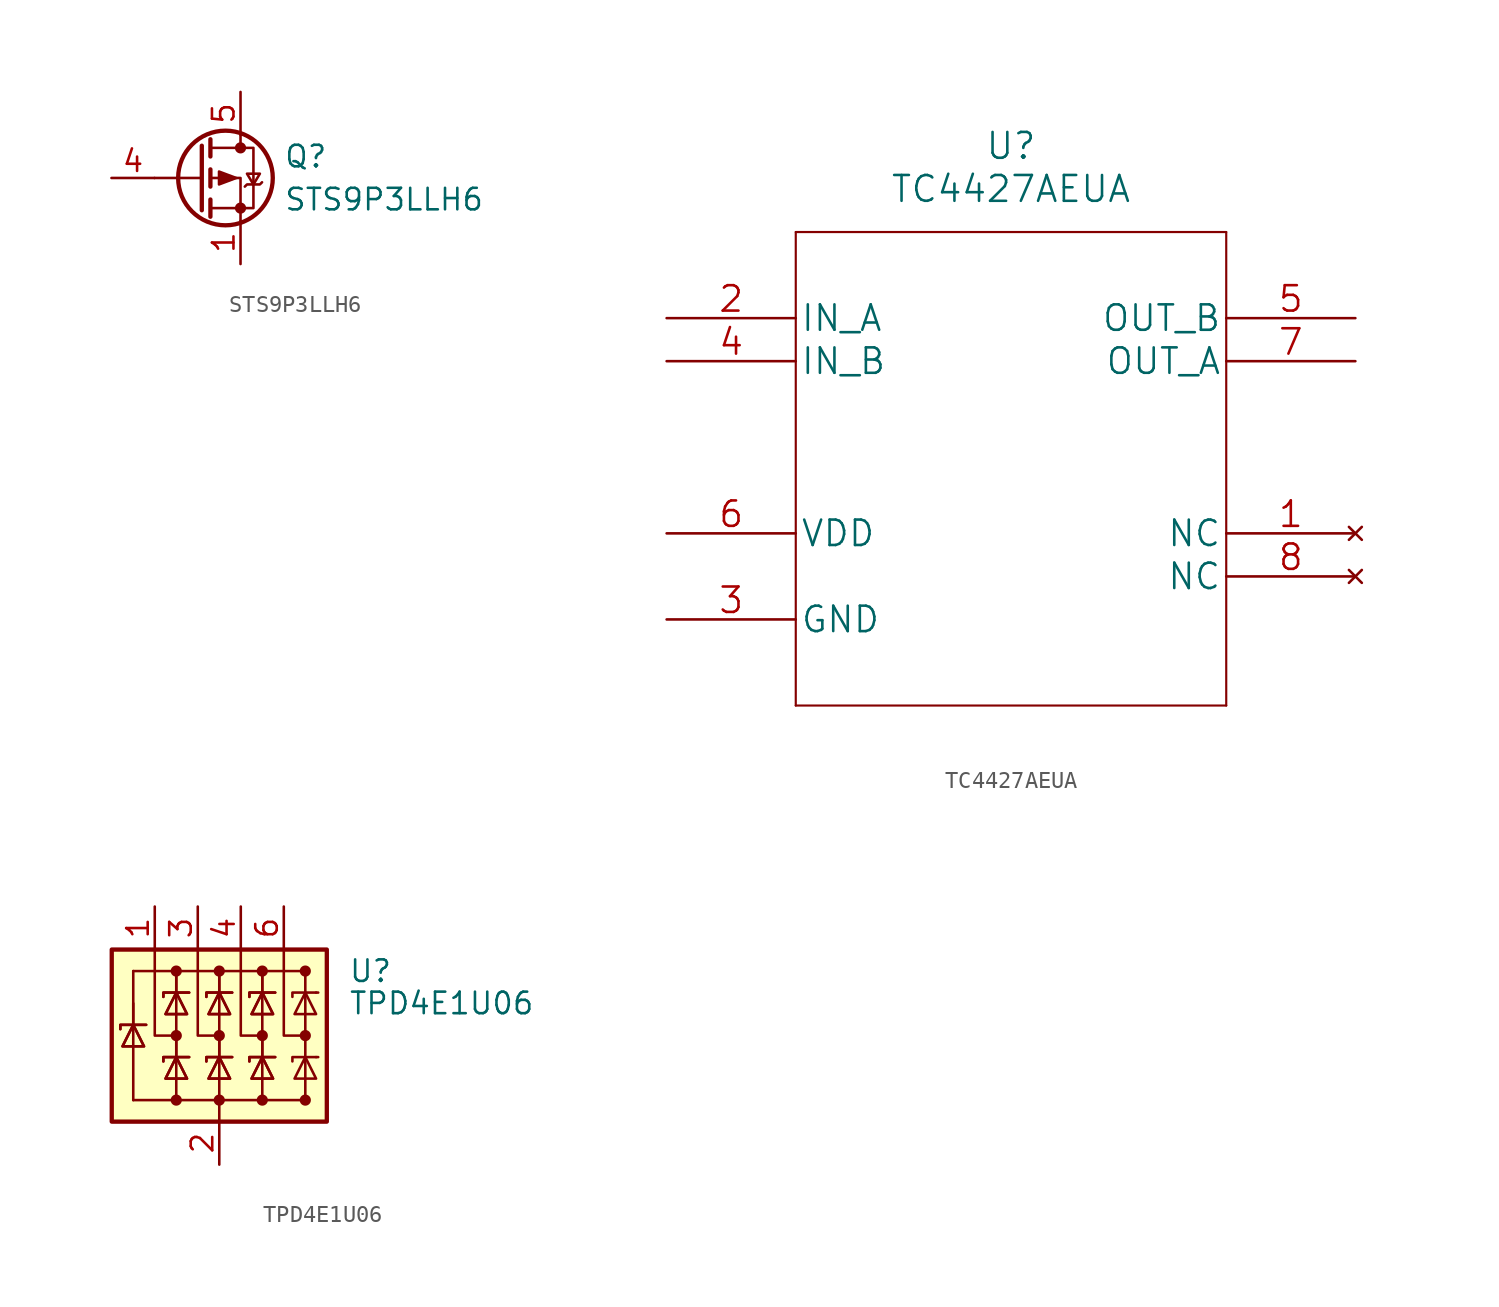
<source format=kicad_sym>
(kicad_symbol_lib
  (version 20211014)
  (generator kicad_symbol_editor)
  (symbol "STS9P3LLH6"
    (pin_names
      (offset 0) hide)
    (property "Reference" "Q"
      (at 5.08 1.27 0)
      (effects (font (size 1.27 1.27)) (justify left)))
    (property "Value" "STS9P3LLH6"
      (at 5.08 -1.27 0)
      (effects (font (size 1.27 1.27)) (justify left)))
    (symbol "STS9P3LLH6_0_1"
      (polyline (pts (xy 0.254 0) (xy -2.54 0)) (stroke (width 0) (type default) (color 0 0 0 0)) (fill (type none)))
      (polyline (pts (xy 0.254 1.905) (xy 0.254 -1.905)) (stroke (width 0.254) (type default) (color 0 0 0 0)) (fill (type none)))
      (polyline (pts (xy 0.762 -1.27) (xy 0.762 -2.286)) (stroke (width 0.254) (type default) (color 0 0 0 0)) (fill (type none)))
      (polyline (pts (xy 0.762 0.508) (xy 0.762 -0.508)) (stroke (width 0.254) (type default) (color 0 0 0 0)) (fill (type none)))
      (polyline (pts (xy 0.762 2.286) (xy 0.762 1.27)) (stroke (width 0.254) (type default) (color 0 0 0 0)) (fill (type none)))
      (polyline (pts (xy 2.54 2.54) (xy 2.54 1.778)) (stroke (width 0) (type default) (color 0 0 0 0)) (fill (type none)))
      (polyline (pts (xy 2.54 -2.54) (xy 2.54 0) (xy 0.762 0)) (stroke (width 0) (type default) (color 0 0 0 0)) (fill (type none)))
      (polyline (pts (xy 0.762 1.778) (xy 3.302 1.778) (xy 3.302 -1.778) (xy 0.762 -1.778)) (stroke (width 0) (type default) (color 0 0 0 0)) (fill (type none)))
      (polyline (pts (xy 2.286 0) (xy 1.27 0.381) (xy 1.27 -0.381) (xy 2.286 0)) (stroke (width 0) (type default) (color 0 0 0 0)) (fill (type outline)))
      (polyline (pts (xy 2.794 -0.508) (xy 2.921 -0.381) (xy 3.683 -0.381) (xy 3.81 -0.254)) (stroke (width 0) (type default) (color 0 0 0 0)) (fill (type none)))
      (polyline (pts (xy 3.302 -0.381) (xy 2.921 0.254) (xy 3.683 0.254) (xy 3.302 -0.381)) (stroke (width 0) (type default) (color 0 0 0 0)) (fill (type none)))
      (circle (center 1.651 0) (radius 2.794) (stroke (width 0.254)) (stroke (width 0.254) (type default) (color 0 0 0 0)) (fill (type none)))
      (circle (center 2.54 -1.778) (radius 0.254) (stroke (width 0)) (stroke (width 0) (type default) (color 0 0 0 0)) (fill (type outline)))
      (circle (center 2.54 1.778) (radius 0.254) (stroke (width 0)) (stroke (width 0) (type default) (color 0 0 0 0)) (fill (type outline))))
    (symbol "STS9P3LLH6_1_1"
      (pin passive line (at 2.54 -5.08 90) (length 2.54) (name "S" (effects (font (size 1.27 1.27)))) (number "1" (effects (font (size 1.27 1.27)))))
      (pin passive line (at 2.54 -5.08 90) (length 2.54) hide (name "S" (effects (font (size 1.27 1.27)))) (number "2" (effects (font (size 1.27 1.27)))))
      (pin passive line (at 2.54 -5.08 90) (length 2.54) hide (name "S" (effects (font (size 1.27 1.27)))) (number "3" (effects (font (size 1.27 1.27)))))
      (pin input line (at -5.08 0 0) (length 2.54) (name "G" (effects (font (size 1.27 1.27)))) (number "4" (effects (font (size 1.27 1.27)))))
      (pin passive line (at 2.54 5.08 270) (length 2.54) (name "D" (effects (font (size 1.27 1.27)))) (number "5" (effects (font (size 1.27 1.27)))))
      (pin passive line (at 2.54 5.08 270) (length 2.54) hide (name "D" (effects (font (size 1.27 1.27)))) (number "6" (effects (font (size 1.27 1.27)))))
      (pin passive line (at 2.54 5.08 270) (length 2.54) hide (name "D" (effects (font (size 1.27 1.27)))) (number "7" (effects (font (size 1.27 1.27)))))
      (pin passive line (at 2.54 5.08 270) (length 2.54) hide (name "D" (effects (font (size 1.27 1.27)))) (number "8" (effects (font (size 1.27 1.27)))))))
  (symbol "TC4427AEUA"
    (pin_names
      (offset 0.254))
    (property "Reference" "U"
      (at 20.32 10.16 0)
      (effects (font (size 1.524 1.524))))
    (property "Value" "TC4427AEUA"
      (at 20.32 7.62 0)
      (effects (font (size 1.524 1.524))))
    (symbol "TC4427AEUA_1_1"
      (polyline (pts (xy 7.62 -22.86) (xy 33.02 -22.86)) (stroke (width 0.127) (type default) (color 0 0 0 0)) (fill (type none)))
      (polyline (pts (xy 7.62 5.08) (xy 7.62 -22.86)) (stroke (width 0.127) (type default) (color 0 0 0 0)) (fill (type none)))
      (polyline (pts (xy 33.02 -22.86) (xy 33.02 5.08)) (stroke (width 0.127) (type default) (color 0 0 0 0)) (fill (type none)))
      (polyline (pts (xy 33.02 5.08) (xy 7.62 5.08)) (stroke (width 0.127) (type default) (color 0 0 0 0)) (fill (type none)))
      (pin no_connect line (at 40.64 -12.7 180) (length 7.62) (name "NC" (effects (font (size 1.499 1.499)))) (number "1" (effects (font (size 1.499 1.499)))))
      (pin input line (at 0 0 0) (length 7.62) (name "IN_A" (effects (font (size 1.499 1.499)))) (number "2" (effects (font (size 1.499 1.499)))))
      (pin power_in line (at 0 -17.78 0) (length 7.62) (name "GND" (effects (font (size 1.499 1.499)))) (number "3" (effects (font (size 1.499 1.499)))))
      (pin input line (at 0 -2.54 0) (length 7.62) (name "IN_B" (effects (font (size 1.499 1.499)))) (number "4" (effects (font (size 1.499 1.499)))))
      (pin output line (at 40.64 0 180) (length 7.62) (name "OUT_B" (effects (font (size 1.499 1.499)))) (number "5" (effects (font (size 1.499 1.499)))))
      (pin power_in line (at 0 -12.7 0) (length 7.62) (name "VDD" (effects (font (size 1.499 1.499)))) (number "6" (effects (font (size 1.499 1.499)))))
      (pin output line (at 40.64 -2.54 180) (length 7.62) (name "OUT_A" (effects (font (size 1.499 1.499)))) (number "7" (effects (font (size 1.499 1.499)))))
      (pin no_connect line (at 40.64 -15.24 180) (length 7.62) (name "NC" (effects (font (size 1.499 1.499)))) (number "8" (effects (font (size 1.499 1.499)))))))
  (symbol "TPD4E1U06"
    (pin_names hide)
    (property "Reference" "U"
      (at 7.62 3.81 0)
      (effects (font (size 1.27 1.27)) (justify left)))
    (property "Value" "TPD4E1U06"
      (at 7.62 1.905 0)
      (effects (font (size 1.27 1.27)) (justify left)))
    (symbol "TPD4E1U06_0_1"
      (rectangle (start -6.35 5.08) (end 6.35 -5.08) (stroke (width 0.254) (type default) (color 0 0 0 0)) (fill (type background)))
      (polyline (pts (xy 0 -3.81) (xy 0 -5.08)) (stroke (width 0) (type default) (color 0 0 0 0)) (fill (type none)))
      (polyline (pts (xy 2.54 -3.81) (xy 2.54 -1.27)) (stroke (width 0) (type default) (color 0 0 0 0)) (fill (type none)))
      (polyline (pts (xy 2.54 -3.81) (xy 5.08 -3.81)) (stroke (width 0) (type default) (color 0 0 0 0)) (fill (type none)))
      (polyline (pts (xy 5.08 3.81) (xy -5.08 3.81)) (stroke (width 0) (type default) (color 0 0 0 0)) (fill (type none))))
    (symbol "TPD4E1U06_1_1"
      (circle (center -2.54 -3.81) (radius 0.254) (stroke (width 0)) (stroke (width 0) (type default) (color 0 0 0 0)) (fill (type outline)))
      (circle (center -2.54 0) (radius 0.254) (stroke (width 0)) (stroke (width 0) (type default) (color 0 0 0 0)) (fill (type outline)))
      (circle (center -2.54 3.81) (radius 0.254) (stroke (width 0)) (stroke (width 0) (type default) (color 0 0 0 0)) (fill (type outline)))
      (circle (center 0 -3.81) (radius 0.254) (stroke (width 0)) (stroke (width 0) (type default) (color 0 0 0 0)) (fill (type outline)))
      (polyline (pts (xy -5.08 0.635) (xy -5.08 -3.81)) (stroke (width 0) (type default) (color 0 0 0 0)) (fill (type none)))
      (polyline (pts (xy -5.08 1.905) (xy -5.08 0.635)) (stroke (width 0) (type default) (color 0 0 0 0)) (fill (type none)))
      (polyline (pts (xy -5.08 3.81) (xy -5.08 0.635)) (stroke (width 0) (type default) (color 0 0 0 0)) (fill (type none)))
      (polyline (pts (xy -2.54 -3.81) (xy -5.08 -3.81)) (stroke (width 0) (type default) (color 0 0 0 0)) (fill (type none)))
      (polyline (pts (xy -2.54 0) (xy -2.54 -1.27)) (stroke (width 0) (type default) (color 0 0 0 0)) (fill (type none)))
      (polyline (pts (xy -2.54 2.54) (xy -2.54 -1.27)) (stroke (width 0) (type default) (color 0 0 0 0)) (fill (type none)))
      (polyline (pts (xy -2.54 3.81) (xy -2.54 2.54)) (stroke (width 0) (type default) (color 0 0 0 0)) (fill (type none)))
      (polyline (pts (xy -2.54 3.81) (xy -2.54 2.54)) (stroke (width 0) (type default) (color 0 0 0 0)) (fill (type none)))
      (polyline (pts (xy 0 0) (xy 0 -1.27)) (stroke (width 0) (type default) (color 0 0 0 0)) (fill (type none)))
      (polyline (pts (xy 0 2.54) (xy 0 -1.27)) (stroke (width 0) (type default) (color 0 0 0 0)) (fill (type none)))
      (polyline (pts (xy 0 3.81) (xy 0 2.54)) (stroke (width 0) (type default) (color 0 0 0 0)) (fill (type none)))
      (polyline (pts (xy 0 3.81) (xy 0 2.54)) (stroke (width 0) (type default) (color 0 0 0 0)) (fill (type none)))
      (polyline (pts (xy 2.54 0) (xy 2.54 -1.27)) (stroke (width 0) (type default) (color 0 0 0 0)) (fill (type none)))
      (polyline (pts (xy 2.54 2.54) (xy 2.54 -1.27)) (stroke (width 0) (type default) (color 0 0 0 0)) (fill (type none)))
      (polyline (pts (xy 2.54 3.81) (xy 2.54 2.54)) (stroke (width 0) (type default) (color 0 0 0 0)) (fill (type none)))
      (polyline (pts (xy 2.54 3.81) (xy 2.54 2.54)) (stroke (width 0) (type default) (color 0 0 0 0)) (fill (type none)))
      (polyline (pts (xy 5.08 -3.81) (xy 5.08 2.54)) (stroke (width 0) (type default) (color 0 0 0 0)) (fill (type none)))
      (polyline (pts (xy 5.08 3.81) (xy 5.08 2.54)) (stroke (width 0) (type default) (color 0 0 0 0)) (fill (type none)))
      (polyline (pts (xy 5.715 -1.27) (xy 5.842 -1.27)) (stroke (width 0) (type default) (color 0 0 0 0)) (fill (type none)))
      (polyline (pts (xy 5.715 2.54) (xy 5.842 2.54)) (stroke (width 0) (type default) (color 0 0 0 0)) (fill (type none)))
      (polyline (pts (xy -3.81 5.08) (xy -3.81 0) (xy -2.54 0)) (stroke (width 0) (type default) (color 0 0 0 0)) (fill (type none)))
      (polyline (pts (xy -2.54 -1.27) (xy -2.54 -3.81) (xy 0 -3.81)) (stroke (width 0) (type default) (color 0 0 0 0)) (fill (type none)))
      (polyline (pts (xy -1.27 5.08) (xy -1.27 0) (xy 0 0)) (stroke (width 0) (type default) (color 0 0 0 0)) (fill (type none)))
      (polyline (pts (xy 0 -1.27) (xy 0 -3.81) (xy 2.54 -3.81)) (stroke (width 0) (type default) (color 0 0 0 0)) (fill (type none)))
      (polyline (pts (xy 1.27 5.08) (xy 1.27 0) (xy 2.54 0)) (stroke (width 0) (type default) (color 0 0 0 0)) (fill (type none)))
      (polyline (pts (xy 3.81 5.08) (xy 3.81 0) (xy 5.08 0)) (stroke (width 0) (type default) (color 0 0 0 0)) (fill (type none)))
      (polyline (pts (xy 5.715 -1.27) (xy 4.318 -1.27) (xy 4.318 -1.524)) (stroke (width 0) (type default) (color 0 0 0 0)) (fill (type none)))
      (polyline (pts (xy 5.715 2.54) (xy 4.318 2.54) (xy 4.318 2.286)) (stroke (width 0) (type default) (color 0 0 0 0)) (fill (type none)))
      (polyline (pts (xy -5.842 0.381) (xy -5.842 0.635) (xy -4.445 0.635) (xy -4.318 0.635)) (stroke (width 0) (type default) (color 0 0 0 0)) (fill (type none)))
      (polyline (pts (xy -5.842 0.381) (xy -5.842 0.635) (xy -4.445 0.635) (xy -4.318 0.635)) (stroke (width 0) (type default) (color 0 0 0 0)) (fill (type none)))
      (polyline (pts (xy -5.08 0.635) (xy -4.445 -0.635) (xy -5.715 -0.635) (xy -5.08 0.635)) (stroke (width 0) (type default) (color 0 0 0 0)) (fill (type none)))
      (polyline (pts (xy -5.08 0.635) (xy -4.445 -0.635) (xy -5.715 -0.635) (xy -5.08 0.635)) (stroke (width 0) (type default) (color 0 0 0 0)) (fill (type none)))
      (polyline (pts (xy -3.302 -1.524) (xy -3.302 -1.27) (xy -1.905 -1.27) (xy -1.778 -1.27)) (stroke (width 0) (type default) (color 0 0 0 0)) (fill (type none)))
      (polyline (pts (xy -3.302 -1.524) (xy -3.302 -1.27) (xy -1.905 -1.27) (xy -1.778 -1.27)) (stroke (width 0) (type default) (color 0 0 0 0)) (fill (type none)))
      (polyline (pts (xy -3.302 2.286) (xy -3.302 2.54) (xy -1.905 2.54) (xy -1.778 2.54)) (stroke (width 0) (type default) (color 0 0 0 0)) (fill (type none)))
      (polyline (pts (xy -3.302 2.286) (xy -3.302 2.54) (xy -1.905 2.54) (xy -1.778 2.54)) (stroke (width 0) (type default) (color 0 0 0 0)) (fill (type none)))
      (polyline (pts (xy -2.54 -1.27) (xy -1.905 -2.54) (xy -3.175 -2.54) (xy -2.54 -1.27)) (stroke (width 0) (type default) (color 0 0 0 0)) (fill (type none)))
      (polyline (pts (xy -2.54 -1.27) (xy -1.905 -2.54) (xy -3.175 -2.54) (xy -2.54 -1.27)) (stroke (width 0) (type default) (color 0 0 0 0)) (fill (type none)))
      (polyline (pts (xy -2.54 2.54) (xy -1.905 1.27) (xy -3.175 1.27) (xy -2.54 2.54)) (stroke (width 0) (type default) (color 0 0 0 0)) (fill (type none)))
      (polyline (pts (xy -2.54 2.54) (xy -1.905 1.27) (xy -3.175 1.27) (xy -2.54 2.54)) (stroke (width 0) (type default) (color 0 0 0 0)) (fill (type none)))
      (polyline (pts (xy -0.762 -1.524) (xy -0.762 -1.27) (xy 0.635 -1.27) (xy 0.762 -1.27)) (stroke (width 0) (type default) (color 0 0 0 0)) (fill (type none)))
      (polyline (pts (xy -0.762 -1.524) (xy -0.762 -1.27) (xy 0.635 -1.27) (xy 0.762 -1.27)) (stroke (width 0) (type default) (color 0 0 0 0)) (fill (type none)))
      (polyline (pts (xy -0.762 2.286) (xy -0.762 2.54) (xy 0.635 2.54) (xy 0.762 2.54)) (stroke (width 0) (type default) (color 0 0 0 0)) (fill (type none)))
      (polyline (pts (xy -0.762 2.286) (xy -0.762 2.54) (xy 0.635 2.54) (xy 0.762 2.54)) (stroke (width 0) (type default) (color 0 0 0 0)) (fill (type none)))
      (polyline (pts (xy 0 -1.27) (xy 0.635 -2.54) (xy -0.635 -2.54) (xy 0 -1.27)) (stroke (width 0) (type default) (color 0 0 0 0)) (fill (type none)))
      (polyline (pts (xy 0 -1.27) (xy 0.635 -2.54) (xy -0.635 -2.54) (xy 0 -1.27)) (stroke (width 0) (type default) (color 0 0 0 0)) (fill (type none)))
      (polyline (pts (xy 0 2.54) (xy 0.635 1.27) (xy -0.635 1.27) (xy 0 2.54)) (stroke (width 0) (type default) (color 0 0 0 0)) (fill (type none)))
      (polyline (pts (xy 0 2.54) (xy 0.635 1.27) (xy -0.635 1.27) (xy 0 2.54)) (stroke (width 0) (type default) (color 0 0 0 0)) (fill (type none)))
      (polyline (pts (xy 1.778 -1.524) (xy 1.778 -1.27) (xy 3.175 -1.27) (xy 3.302 -1.27)) (stroke (width 0) (type default) (color 0 0 0 0)) (fill (type none)))
      (polyline (pts (xy 1.778 -1.524) (xy 1.778 -1.27) (xy 3.175 -1.27) (xy 3.302 -1.27)) (stroke (width 0) (type default) (color 0 0 0 0)) (fill (type none)))
      (polyline (pts (xy 1.778 2.286) (xy 1.778 2.54) (xy 3.175 2.54) (xy 3.302 2.54)) (stroke (width 0) (type default) (color 0 0 0 0)) (fill (type none)))
      (polyline (pts (xy 1.778 2.286) (xy 1.778 2.54) (xy 3.175 2.54) (xy 3.302 2.54)) (stroke (width 0) (type default) (color 0 0 0 0)) (fill (type none)))
      (polyline (pts (xy 2.54 -1.27) (xy 3.175 -2.54) (xy 1.905 -2.54) (xy 2.54 -1.27)) (stroke (width 0) (type default) (color 0 0 0 0)) (fill (type none)))
      (polyline (pts (xy 2.54 -1.27) (xy 3.175 -2.54) (xy 1.905 -2.54) (xy 2.54 -1.27)) (stroke (width 0) (type default) (color 0 0 0 0)) (fill (type none)))
      (polyline (pts (xy 2.54 2.54) (xy 3.175 1.27) (xy 1.905 1.27) (xy 2.54 2.54)) (stroke (width 0) (type default) (color 0 0 0 0)) (fill (type none)))
      (polyline (pts (xy 2.54 2.54) (xy 3.175 1.27) (xy 1.905 1.27) (xy 2.54 2.54)) (stroke (width 0) (type default) (color 0 0 0 0)) (fill (type none)))
      (polyline (pts (xy 5.715 -2.54) (xy 4.445 -2.54) (xy 5.08 -1.27) (xy 5.715 -2.54)) (stroke (width 0) (type default) (color 0 0 0 0)) (fill (type none)))
      (polyline (pts (xy 5.715 1.27) (xy 4.445 1.27) (xy 5.08 2.54) (xy 5.715 1.27)) (stroke (width 0) (type default) (color 0 0 0 0)) (fill (type none)))
      (circle (center 0 0) (radius 0.254) (stroke (width 0)) (stroke (width 0) (type default) (color 0 0 0 0)) (fill (type outline)))
      (circle (center 0 3.81) (radius 0.254) (stroke (width 0)) (stroke (width 0) (type default) (color 0 0 0 0)) (fill (type outline)))
      (circle (center 2.54 -3.81) (radius 0.254) (stroke (width 0)) (stroke (width 0) (type default) (color 0 0 0 0)) (fill (type outline)))
      (circle (center 2.54 0) (radius 0.254) (stroke (width 0)) (stroke (width 0) (type default) (color 0 0 0 0)) (fill (type outline)))
      (circle (center 2.54 3.81) (radius 0.254) (stroke (width 0)) (stroke (width 0) (type default) (color 0 0 0 0)) (fill (type outline)))
      (circle (center 5.08 -3.81) (radius 0.254) (stroke (width 0)) (stroke (width 0) (type default) (color 0 0 0 0)) (fill (type outline)))
      (circle (center 5.08 0) (radius 0.254) (stroke (width 0)) (stroke (width 0) (type default) (color 0 0 0 0)) (fill (type outline)))
      (circle (center 5.08 3.81) (radius 0.254) (stroke (width 0)) (stroke (width 0) (type default) (color 0 0 0 0)) (fill (type outline)))
      (pin passive line (at -3.81 7.62 270) (length 2.54) (name "IO1" (effects (font (size 1.27 1.27)))) (number "1" (effects (font (size 1.27 1.27)))))
      (pin passive line (at 0 -7.62 90) (length 2.54) (name "GND" (effects (font (size 1.27 1.27)))) (number "2" (effects (font (size 1.27 1.27)))))
      (pin passive line (at -1.27 7.62 270) (length 2.54) (name "IO2" (effects (font (size 1.27 1.27)))) (number "3" (effects (font (size 1.27 1.27)))))
      (pin passive line (at 1.27 7.62 270) (length 2.54) (name "IO3" (effects (font (size 1.27 1.27)))) (number "4" (effects (font (size 1.27 1.27)))))
      (pin no_connect line (at 3.81 -2.54 90) (length 2.54) hide (name "NC" (effects (font (size 1.27 1.27)))) (number "5" (effects (font (size 1.27 1.27)))))
      (pin passive line (at 3.81 7.62 270) (length 2.54) (name "IO4" (effects (font (size 1.27 1.27)))) (number "6" (effects (font (size 1.27 1.27))))))))
</source>
